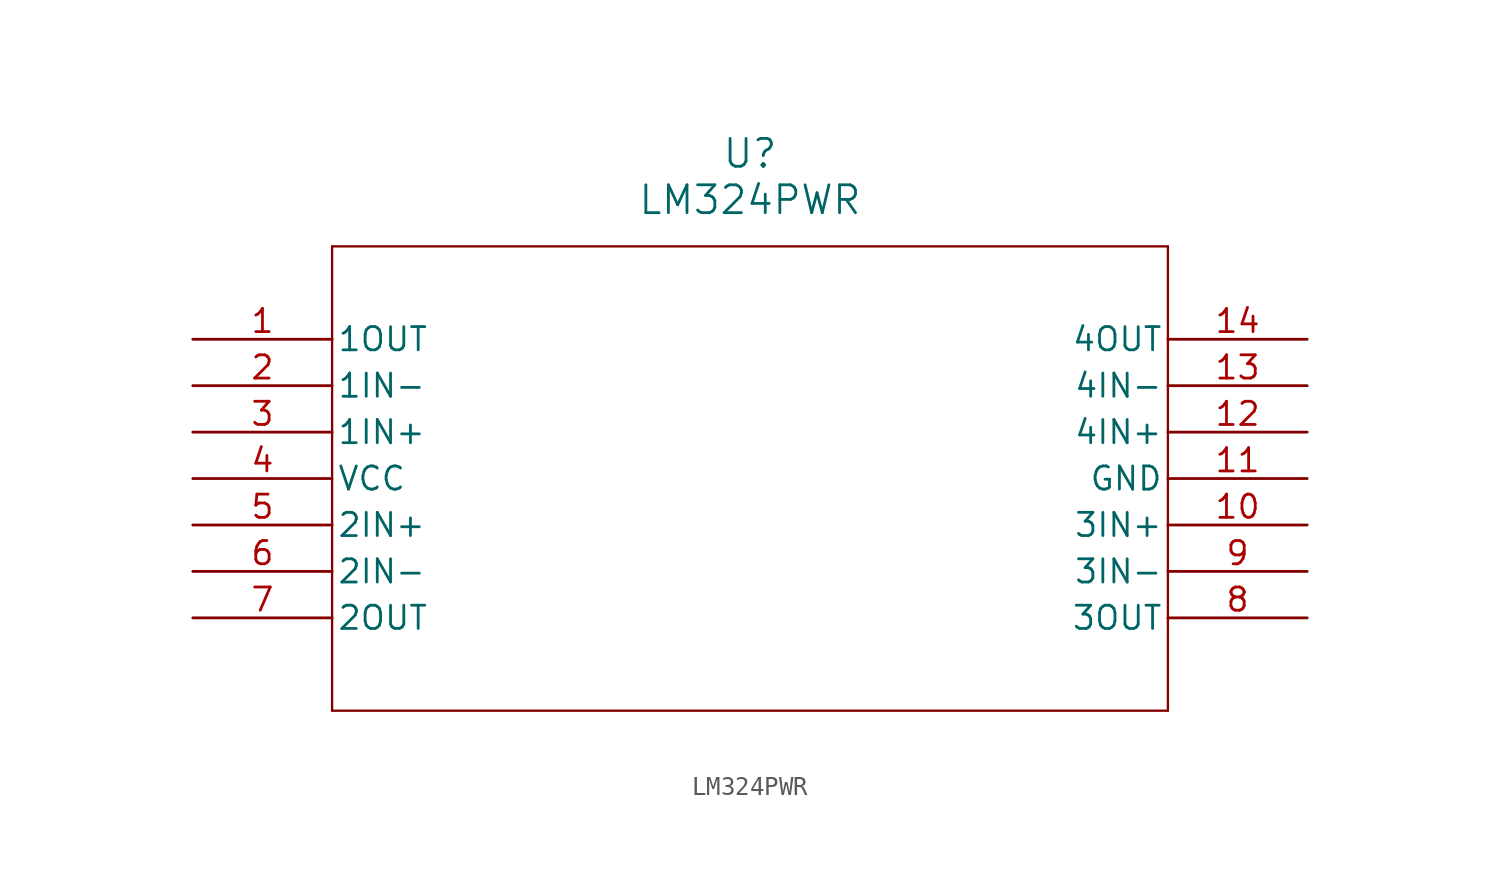
<source format=kicad_sym>
(kicad_symbol_lib
  (version 20211014)
  (generator kicad_symbol_editor)
  (symbol "LM324PWR"
    (pin_names
      (offset 0.254))
    (property "Reference" "U"
      (at 30.48 10.16 0)
      (effects (font (size 1.524 1.524))))
    (property "Value" "LM324PWR"
      (at 30.48 7.62 0)
      (effects (font (size 1.524 1.524))))
    (polyline
      (pts (xy 7.62 5.08) (xy 7.62 -20.32))
      (stroke (width 0.127) (type default) (color 0 0 0 0))
      (fill (type none)))
    (polyline
      (pts (xy 7.62 -20.32) (xy 53.34 -20.32))
      (stroke (width 0.127) (type default) (color 0 0 0 0))
      (fill (type none)))
    (polyline
      (pts (xy 53.34 -20.32) (xy 53.34 5.08))
      (stroke (width 0.127) (type default) (color 0 0 0 0))
      (fill (type none)))
    (polyline
      (pts (xy 53.34 5.08) (xy 7.62 5.08))
      (stroke (width 0.127) (type default) (color 0 0 0 0))
      (fill (type none)))
    (pin output line
      (at 0 0 0)
      (length 7.62)
      (name "1OUT" (effects (font (size 1.27 1.27))))
      (number "1" (effects (font (size 1.27 1.27)))))
    (pin input line
      (at 0 -2.54 0)
      (length 7.62)
      (name "1IN-" (effects (font (size 1.27 1.27))))
      (number "2" (effects (font (size 1.27 1.27)))))
    (pin input line
      (at 0 -5.08 0)
      (length 7.62)
      (name "1IN+" (effects (font (size 1.27 1.27))))
      (number "3" (effects (font (size 1.27 1.27)))))
    (pin power_in line
      (at 0 -7.62 0)
      (length 7.62)
      (name "VCC" (effects (font (size 1.27 1.27))))
      (number "4" (effects (font (size 1.27 1.27)))))
    (pin input line
      (at 0 -10.16 0)
      (length 7.62)
      (name "2IN+" (effects (font (size 1.27 1.27))))
      (number "5" (effects (font (size 1.27 1.27)))))
    (pin input line
      (at 0 -12.7 0)
      (length 7.62)
      (name "2IN-" (effects (font (size 1.27 1.27))))
      (number "6" (effects (font (size 1.27 1.27)))))
    (pin output line
      (at 0 -15.24 0)
      (length 7.62)
      (name "2OUT" (effects (font (size 1.27 1.27))))
      (number "7" (effects (font (size 1.27 1.27)))))
    (pin output line
      (at 60.96 -15.24 180)
      (length 7.62)
      (name "3OUT" (effects (font (size 1.27 1.27))))
      (number "8" (effects (font (size 1.27 1.27)))))
    (pin input line
      (at 60.96 -12.7 180)
      (length 7.62)
      (name "3IN-" (effects (font (size 1.27 1.27))))
      (number "9" (effects (font (size 1.27 1.27)))))
    (pin input line
      (at 60.96 -10.16 180)
      (length 7.62)
      (name "3IN+" (effects (font (size 1.27 1.27))))
      (number "10" (effects (font (size 1.27 1.27)))))
    (pin power_in line
      (at 60.96 -7.62 180)
      (length 7.62)
      (name "GND" (effects (font (size 1.27 1.27))))
      (number "11" (effects (font (size 1.27 1.27)))))
    (pin input line
      (at 60.96 -5.08 180)
      (length 7.62)
      (name "4IN+" (effects (font (size 1.27 1.27))))
      (number "12" (effects (font (size 1.27 1.27)))))
    (pin input line
      (at 60.96 -2.54 180)
      (length 7.62)
      (name "4IN-" (effects (font (size 1.27 1.27))))
      (number "13" (effects (font (size 1.27 1.27)))))
    (pin output line
      (at 60.96 0 180)
      (length 7.62)
      (name "4OUT" (effects (font (size 1.27 1.27))))
      (number "14" (effects (font (size 1.27 1.27)))))))
</source>
